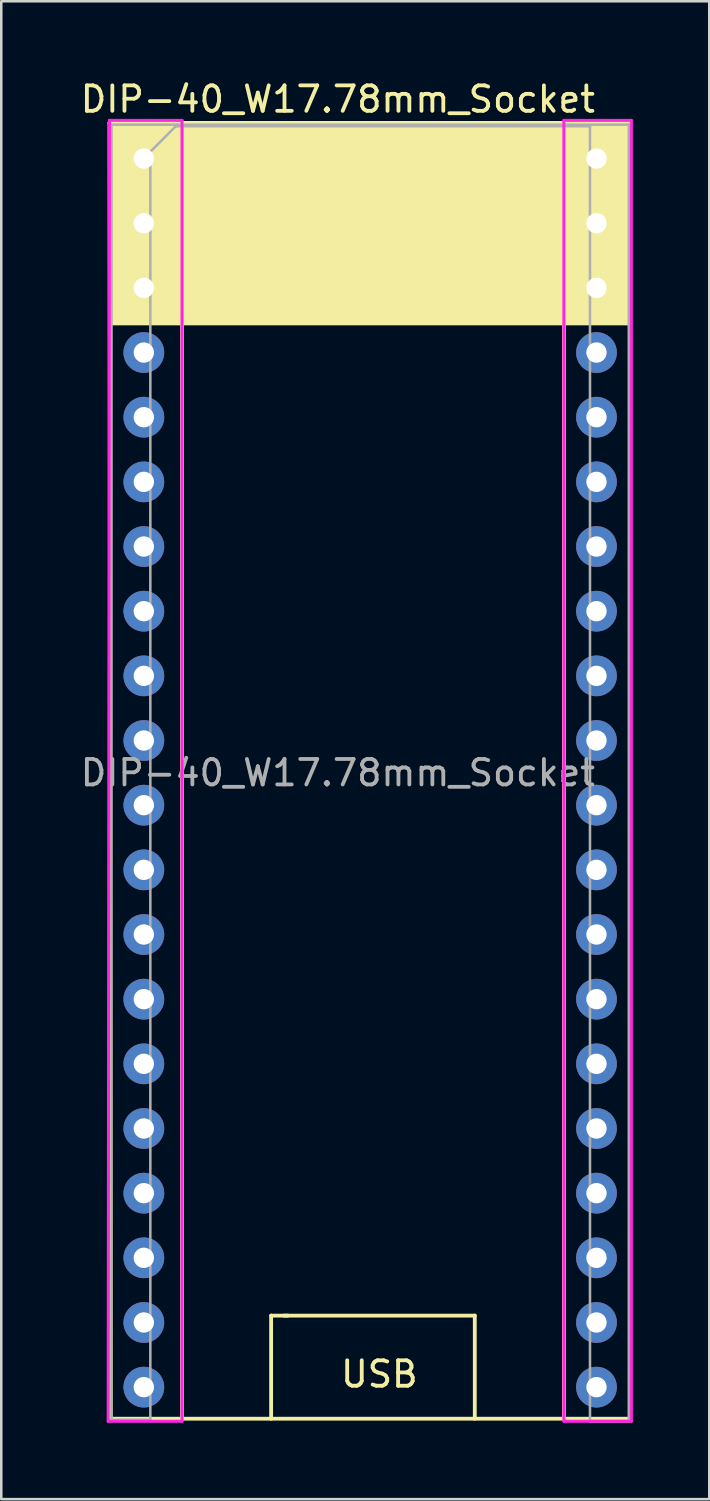
<source format=kicad_pcb>
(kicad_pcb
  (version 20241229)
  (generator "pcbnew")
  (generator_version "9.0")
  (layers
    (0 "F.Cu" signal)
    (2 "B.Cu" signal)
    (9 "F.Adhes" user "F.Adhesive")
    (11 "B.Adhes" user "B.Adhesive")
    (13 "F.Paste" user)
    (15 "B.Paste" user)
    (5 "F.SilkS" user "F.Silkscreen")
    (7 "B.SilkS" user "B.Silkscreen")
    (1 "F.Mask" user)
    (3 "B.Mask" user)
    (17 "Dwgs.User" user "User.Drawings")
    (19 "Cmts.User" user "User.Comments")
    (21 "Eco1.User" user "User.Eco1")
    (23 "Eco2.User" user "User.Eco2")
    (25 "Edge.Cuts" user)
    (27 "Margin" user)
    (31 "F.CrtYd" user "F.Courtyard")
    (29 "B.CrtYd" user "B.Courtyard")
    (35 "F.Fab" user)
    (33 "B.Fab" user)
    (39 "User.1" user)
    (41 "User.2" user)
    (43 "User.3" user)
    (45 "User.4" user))
  (footprint "DIP-40_W17.78mm_Socket"
    (layer "F.Cu")
    (at 2.6 3.178)
    (property "Reference" "DIP-40_W17.78mm_Socket" (at 7.62 -2.33 0) (layer "F.SilkS") (effects (font (size 1 1) (thickness 0.15))))
    (attr through_hole)
    (fp_line (start -1.35 -1.4) (end -1.3 49.5) (stroke (width 0.15) (type solid)) (layer "F.SilkS"))
    (fp_line (start -1.3 49.5) (end 1.5 49.5) (stroke (width 0.15) (type solid)) (layer "F.SilkS"))
    (fp_line (start 1.5 49.5) (end 1.5 6.55) (stroke (width 0.15) (type solid)) (layer "F.SilkS"))
    (fp_line (start 1.5 49.5) (end 16.5 49.5) (stroke (width 0.15) (type solid)) (layer "F.SilkS"))
    (fp_line (start 5 45.45) (end 5.65 45.45) (stroke (width 0.15) (type solid)) (layer "F.SilkS"))
    (fp_line (start 5 49.5) (end 5 45.45) (stroke (width 0.15) (type solid)) (layer "F.SilkS"))
    (fp_line (start 6.62 -1.33) (end 1.16 -1.33) (stroke (width 0.12) (type solid)) (layer "F.SilkS"))
    (fp_line (start 13 45.45) (end 5.5 45.45) (stroke (width 0.15) (type solid)) (layer "F.SilkS"))
    (fp_line (start 13 49.5) (end 13 45.45) (stroke (width 0.15) (type solid)) (layer "F.SilkS"))
    (fp_line (start 16.5 49.5) (end 16.5 6.5) (stroke (width 0.15) (type solid)) (layer "F.SilkS"))
    (fp_line (start 16.6 -1.33) (end 8.62 -1.33) (stroke (width 0.12) (type solid)) (layer "F.SilkS"))
    (fp_line (start 19.1 -1.4) (end -1.35 -1.4) (stroke (width 0.15) (type solid)) (layer "F.SilkS"))
    (fp_line (start 19.1 -1.4) (end -1.33 -1.39) (stroke (width 0.12) (type solid)) (layer "F.SilkS"))
    (fp_line (start 19.1 -1.4) (end 19.1 49.5) (stroke (width 0.15) (type solid)) (layer "F.SilkS"))
    (fp_line (start 19.1 49.5) (end 16.5 49.5) (stroke (width 0.15) (type solid)) (layer "F.SilkS"))
    (fp_poly (pts (xy -1.25 -1.39) (xy 19.11 -1.39) (xy 19.05 6.5) (xy -1.25 6.5)) (stroke (width 0.1) (type solid)) (fill yes) (layer "F.SilkS"))
    (fp_line (start -1.4 49.6) (end -1.35 -1.5) (stroke (width 0.12) (type solid)) (layer "F.CrtYd"))
    (fp_line (start -1.35 -1.5) (end 1.5 -1.5) (stroke (width 0.12) (type solid)) (layer "F.CrtYd"))
    (fp_line (start 1.5 -1.5) (end 1.5 49.6) (stroke (width 0.12) (type solid)) (layer "F.CrtYd"))
    (fp_line (start 1.5 49.6) (end -1.4 49.6) (stroke (width 0.12) (type solid)) (layer "F.CrtYd"))
    (fp_line (start 16.5 -1.5) (end 19.15 -1.5) (stroke (width 0.12) (type solid)) (layer "F.CrtYd"))
    (fp_line (start 16.5 49.6) (end 16.5 -1.5) (stroke (width 0.12) (type solid)) (layer "F.CrtYd"))
    (fp_line (start 19.15 -1.5) (end 19.15 49.6) (stroke (width 0.12) (type solid)) (layer "F.CrtYd"))
    (fp_line (start 19.15 49.6) (end 16.5 49.6) (stroke (width 0.12) (type solid)) (layer "F.CrtYd"))
    (fp_line (start -1.27 -1.33) (end -1.27 49.55) (stroke (width 0.1) (type solid)) (layer "F.Fab"))
    (fp_line (start 0.25 49.55) (end -1.25 49.55) (stroke (width 0.12) (type solid)) (layer "F.Fab"))
    (fp_line (start 0.255 -0.27) (end 1.255 -1.27) (stroke (width 0.1) (type solid)) (layer "F.Fab"))
    (fp_line (start 0.255 49.53) (end 0.255 -0.27) (stroke (width 0.1) (type solid)) (layer "F.Fab"))
    (fp_line (start 1.255 -1.27) (end 17.525 -1.27) (stroke (width 0.1) (type solid)) (layer "F.Fab"))
    (fp_line (start 17.525 -1.27) (end 17.525 49.6) (stroke (width 0.1) (type solid)) (layer "F.Fab"))
    (fp_line (start 19.05 -1.33) (end -1.27 -1.33) (stroke (width 0.1) (type solid)) (layer "F.Fab"))
    (fp_line (start 19.05 49.6) (end 17.55 49.6) (stroke (width 0.12) (type solid)) (layer "F.Fab"))
    (fp_line (start 19.05 49.6) (end 19.05 -1.33) (stroke (width 0.1) (type solid)) (layer "F.Fab"))
    (fp_text user "USB" (at 9.25 47.75 0) (layer "F.SilkS") (effects (font (size 1 1) (thickness 0.15))))
    (fp_text user "${REFERENCE}" (at 7.62 24.13 0) (layer "F.Fab") (effects (font (size 1 1) (thickness 0.15))))
    (pad "1" thru_hole rect (at 0 0) (size 1.6 1.6) (drill 0.8) (layers "*.Cu" "*.Mask"))
    (pad "2" thru_hole oval (at 0 2.54) (size 1.6 1.6) (drill 0.8) (layers "*.Cu" "*.Mask"))
    (pad "3" thru_hole oval (at 0 5.08) (size 1.6 1.6) (drill 0.8) (layers "*.Cu" "*.Mask"))
    (pad "4" thru_hole oval (at 0 7.62) (size 1.6 1.6) (drill 0.8) (layers "*.Cu" "*.Mask"))
    (pad "5" thru_hole oval (at 0 10.16) (size 1.6 1.6) (drill 0.8) (layers "*.Cu" "*.Mask"))
    (pad "6" thru_hole oval (at 0 12.7) (size 1.6 1.6) (drill 0.8) (layers "*.Cu" "*.Mask"))
    (pad "7" thru_hole oval (at 0 15.24) (size 1.6 1.6) (drill 0.8) (layers "*.Cu" "*.Mask"))
    (pad "8" thru_hole oval (at 0 17.78) (size 1.6 1.6) (drill 0.8) (layers "*.Cu" "*.Mask"))
    (pad "9" thru_hole oval (at 0 20.32) (size 1.6 1.6) (drill 0.8) (layers "*.Cu" "*.Mask"))
    (pad "10" thru_hole oval (at 0 22.86) (size 1.6 1.6) (drill 0.8) (layers "*.Cu" "*.Mask"))
    (pad "11" thru_hole oval (at 0 25.4) (size 1.6 1.6) (drill 0.8) (layers "*.Cu" "*.Mask"))
    (pad "12" thru_hole oval (at 0 27.94) (size 1.6 1.6) (drill 0.8) (layers "*.Cu" "*.Mask"))
    (pad "13" thru_hole oval (at 0 30.48) (size 1.6 1.6) (drill 0.8) (layers "*.Cu" "*.Mask"))
    (pad "14" thru_hole oval (at 0 33.02) (size 1.6 1.6) (drill 0.8) (layers "*.Cu" "*.Mask"))
    (pad "15" thru_hole oval (at 0 35.56) (size 1.6 1.6) (drill 0.8) (layers "*.Cu" "*.Mask"))
    (pad "16" thru_hole oval (at 0 38.1) (size 1.6 1.6) (drill 0.8) (layers "*.Cu" "*.Mask"))
    (pad "17" thru_hole oval (at 0 40.64) (size 1.6 1.6) (drill 0.8) (layers "*.Cu" "*.Mask"))
    (pad "18" thru_hole oval (at 0 43.18) (size 1.6 1.6) (drill 0.8) (layers "*.Cu" "*.Mask"))
    (pad "19" thru_hole oval (at 0 45.72) (size 1.6 1.6) (drill 0.8) (layers "*.Cu" "*.Mask"))
    (pad "20" thru_hole oval (at 0 48.26) (size 1.6 1.6) (drill 0.8) (layers "*.Cu" "*.Mask"))
    (pad "21" thru_hole oval (at 17.78 48.26) (size 1.6 1.6) (drill 0.8) (layers "*.Cu" "*.Mask"))
    (pad "22" thru_hole oval (at 17.78 45.72) (size 1.6 1.6) (drill 0.8) (layers "*.Cu" "*.Mask"))
    (pad "23" thru_hole oval (at 17.78 43.18) (size 1.6 1.6) (drill 0.8) (layers "*.Cu" "*.Mask"))
    (pad "24" thru_hole oval (at 17.78 40.64) (size 1.6 1.6) (drill 0.8) (layers "*.Cu" "*.Mask"))
    (pad "25" thru_hole oval (at 17.78 38.1) (size 1.6 1.6) (drill 0.8) (layers "*.Cu" "*.Mask"))
    (pad "26" thru_hole oval (at 17.78 35.56) (size 1.6 1.6) (drill 0.8) (layers "*.Cu" "*.Mask"))
    (pad "27" thru_hole oval (at 17.78 33.02) (size 1.6 1.6) (drill 0.8) (layers "*.Cu" "*.Mask"))
    (pad "28" thru_hole oval (at 17.78 30.48) (size 1.6 1.6) (drill 0.8) (layers "*.Cu" "*.Mask"))
    (pad "29" thru_hole oval (at 17.78 27.94) (size 1.6 1.6) (drill 0.8) (layers "*.Cu" "*.Mask"))
    (pad "30" thru_hole oval (at 17.78 25.4) (size 1.6 1.6) (drill 0.8) (layers "*.Cu" "*.Mask"))
    (pad "31" thru_hole oval (at 17.78 22.86) (size 1.6 1.6) (drill 0.8) (layers "*.Cu" "*.Mask"))
    (pad "32" thru_hole oval (at 17.78 20.32) (size 1.6 1.6) (drill 0.8) (layers "*.Cu" "*.Mask"))
    (pad "33" thru_hole oval (at 17.78 17.78) (size 1.6 1.6) (drill 0.8) (layers "*.Cu" "*.Mask"))
    (pad "34" thru_hole oval (at 17.78 15.24) (size 1.6 1.6) (drill 0.8) (layers "*.Cu" "*.Mask"))
    (pad "35" thru_hole oval (at 17.78 12.7) (size 1.6 1.6) (drill 0.8) (layers "*.Cu" "*.Mask"))
    (pad "36" thru_hole oval (at 17.78 10.16) (size 1.6 1.6) (drill 0.8) (layers "*.Cu" "*.Mask"))
    (pad "37" thru_hole oval (at 17.78 7.62) (size 1.6 1.6) (drill 0.8) (layers "*.Cu" "*.Mask"))
    (pad "38" thru_hole oval (at 17.78 5.08) (size 1.6 1.6) (drill 0.8) (layers "*.Cu" "*.Mask"))
    (pad "39" thru_hole oval (at 17.78 2.54) (size 1.6 1.6) (drill 0.8) (layers "*.Cu" "*.Mask"))
    (pad "40" thru_hole oval (at 17.78 0) (size 1.6 1.6) (drill 0.8) (layers "*.Cu" "*.Mask")))
  (gr_rect
    (start -3 -3)
    (end 24.81 55.838)
    (stroke (width 0.1) (type default))
    (fill no)
    (layer "Edge.Cuts")))
</source>
